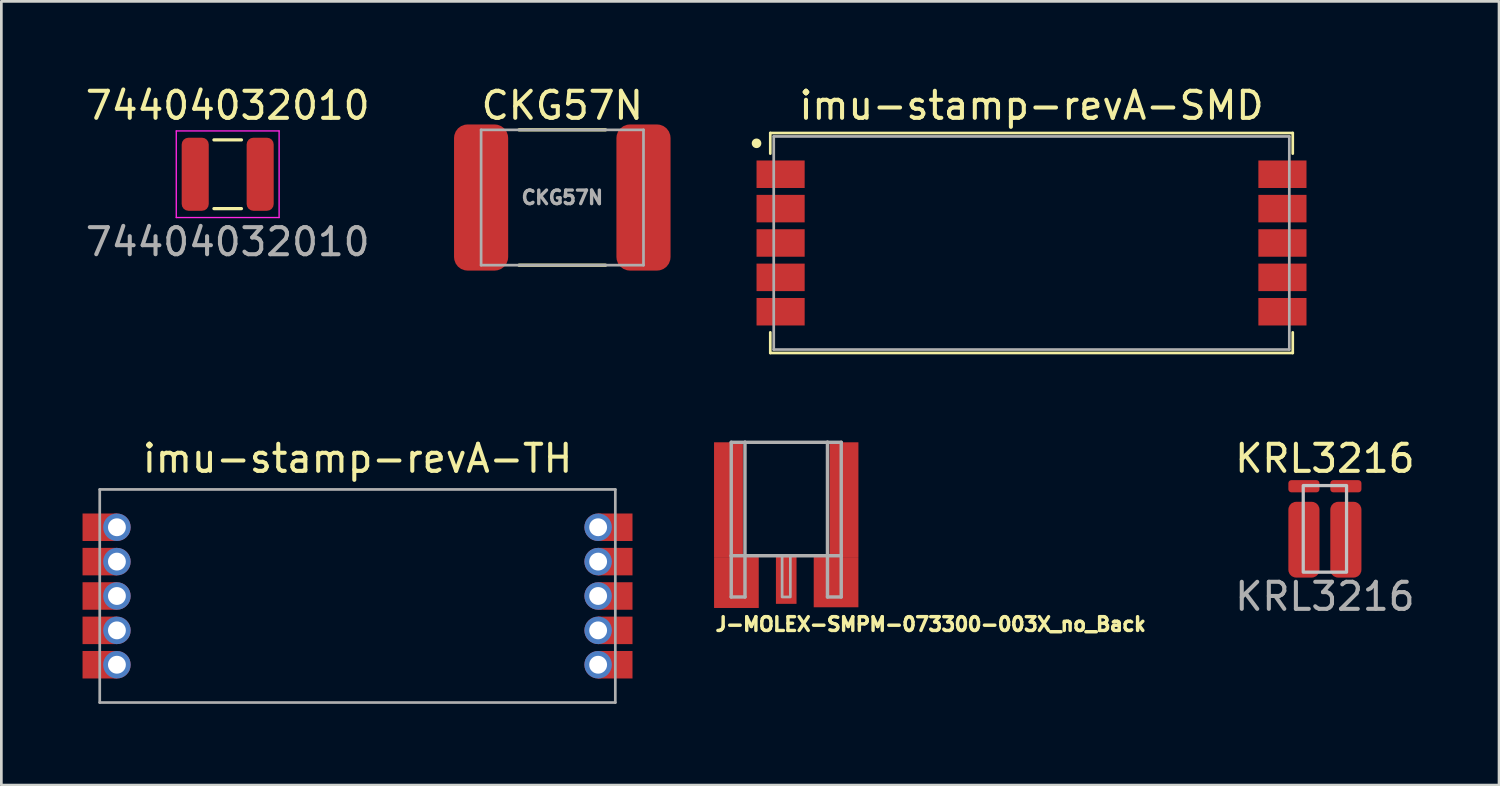
<source format=kicad_pcb>
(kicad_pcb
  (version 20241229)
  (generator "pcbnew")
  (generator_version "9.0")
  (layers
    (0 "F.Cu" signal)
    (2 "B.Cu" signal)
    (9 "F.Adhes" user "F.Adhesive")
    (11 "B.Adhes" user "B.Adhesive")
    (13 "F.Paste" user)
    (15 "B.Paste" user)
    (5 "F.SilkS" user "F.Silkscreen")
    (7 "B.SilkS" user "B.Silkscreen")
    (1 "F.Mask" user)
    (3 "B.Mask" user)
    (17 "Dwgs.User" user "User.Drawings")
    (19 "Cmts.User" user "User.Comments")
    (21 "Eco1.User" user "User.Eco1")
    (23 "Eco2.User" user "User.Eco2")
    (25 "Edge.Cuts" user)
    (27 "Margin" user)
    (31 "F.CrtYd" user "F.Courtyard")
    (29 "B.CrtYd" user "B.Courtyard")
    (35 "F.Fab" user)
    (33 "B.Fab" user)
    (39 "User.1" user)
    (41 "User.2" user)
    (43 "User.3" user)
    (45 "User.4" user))
  (footprint "CKG57N"
    (layer "F.Cu")
    (at 17.726 4.248)
    (property "Reference" "CKG57N" (at 0 -3.4 0) (unlocked yes) (layer "F.SilkS") (effects (font (size 1 1) (thickness 0.15))))
    (attr smd)
    (fp_line (start -1.6 -2.5) (end 1.6 -2.5) (stroke (width 0.12) (type default)) (layer "F.SilkS"))
    (fp_line (start 1.6 2.5) (end -1.6 2.5) (stroke (width 0.12) (type default)) (layer "F.SilkS"))
    (fp_line (start -3 -2.5) (end 3 -2.5) (stroke (width 0.1) (type default)) (layer "F.Fab"))
    (fp_line (start -3 2.5) (end -3 -2.5) (stroke (width 0.1) (type default)) (layer "F.Fab"))
    (fp_line (start -3 2.5) (end 3 2.5) (stroke (width 0.1) (type default)) (layer "F.Fab"))
    (fp_line (start 3 2.5) (end 3 -2.5) (stroke (width 0.1) (type default)) (layer "F.Fab"))
    (fp_text user "${REFERENCE}" (at 0 0 0) (unlocked yes) (layer "F.Fab") (effects (font (size 0.5 0.5) (thickness 0.125))))
    (pad "1" smd roundrect (at -3 0) (size 2 5.4) (layers "F.Cu" "F.Mask" "F.Paste") (roundrect_rratio 0.25))
    (pad "2" smd roundrect (at 3 0) (size 2 5.4) (layers "F.Cu" "F.Mask" "F.Paste") (roundrect_rratio 0.25)))
  (footprint "imu-stamp-revA-SMD"
    (layer "F.Cu")
    (at 35.063 5.928)
    (property "Reference" "imu-stamp-revA-SMD" (at 0 -5.08 0) (unlocked yes) (layer "F.SilkS") (effects (font (size 1 1) (thickness 0.15))))
    (attr smd)
    (fp_line (start -9.652 -4.064) (end 9.652 -4.064) (stroke (width 0.1) (type solid)) (layer "F.SilkS"))
    (fp_line (start -9.652 -3.302) (end -9.652 -4.064) (stroke (width 0.1) (type solid)) (layer "F.SilkS"))
    (fp_line (start -9.652 3.302) (end -9.652 4.064) (stroke (width 0.1) (type solid)) (layer "F.SilkS"))
    (fp_line (start -9.652 4.064) (end 9.652 4.064) (stroke (width 0.1) (type solid)) (layer "F.SilkS"))
    (fp_line (start 9.652 -3.302) (end 9.652 -4.064) (stroke (width 0.1) (type solid)) (layer "F.SilkS"))
    (fp_line (start 9.652 3.302) (end 9.652 4.064) (stroke (width 0.1) (type solid)) (layer "F.SilkS"))
    (fp_circle (center -10.16 -3.683) (end -10.033 -3.683) (stroke (width 0.1) (type solid)) (fill yes) (layer "F.SilkS"))
    (fp_line (start -9.525 -3.937) (end 9.525 -3.937) (stroke (width 0.1) (type solid)) (layer "F.Fab"))
    (fp_line (start -9.525 3.937) (end -9.525 -3.937) (stroke (width 0.1) (type solid)) (layer "F.Fab"))
    (fp_line (start -9.525 3.937) (end 9.525 3.937) (stroke (width 0.1) (type solid)) (layer "F.Fab"))
    (fp_line (start 9.525 3.937) (end 9.525 -3.937) (stroke (width 0.1) (type solid)) (layer "F.Fab"))
    (pad "1" smd rect (at -9.271 -2.54 180) (size 1.778 1.016) (layers "F.Cu" "F.Mask" "F.Paste"))
    (pad "2" smd rect (at -9.271 -1.27 180) (size 1.778 1.016) (layers "F.Cu" "F.Mask" "F.Paste"))
    (pad "3" smd rect (at -9.271 0 180) (size 1.778 1.016) (layers "F.Cu" "F.Mask" "F.Paste"))
    (pad "4" smd rect (at -9.271 1.27 180) (size 1.778 1.016) (layers "F.Cu" "F.Mask" "F.Paste"))
    (pad "5" smd rect (at -9.271 2.54 180) (size 1.778 1.016) (layers "F.Cu" "F.Mask" "F.Paste"))
    (pad "6" smd rect (at 9.271 2.54) (size 1.778 1.016) (layers "F.Cu" "F.Mask" "F.Paste"))
    (pad "7" smd rect (at 9.271 1.27) (size 1.778 1.016) (layers "F.Cu" "F.Mask" "F.Paste"))
    (pad "8" smd rect (at 9.271 0) (size 1.778 1.016) (layers "F.Cu" "F.Mask" "F.Paste"))
    (pad "9" smd rect (at 9.271 -1.27) (size 1.778 1.016) (layers "F.Cu" "F.Mask" "F.Paste"))
    (pad "10" smd rect (at 9.271 -2.54) (size 1.778 1.016) (layers "F.Cu" "F.Mask" "F.Paste")))
  (footprint "J-MOLEX-SMPM-073300-003X_no_Back"
    (layer "F.Cu")
    (at 26 13.292)
    (property "Reference" "J-MOLEX-SMPM-073300-003X_no_Back" (at -2.68 7.02 0) (layer "F.SilkS") (effects (font (size 0.508 0.508) (thickness 0.127)) (justify left bottom)))
    (fp_line (start -2.032 0) (end -2.032 4.191) (stroke (width 0.127) (type solid)) (layer "F.Fab"))
    (fp_line (start -2.032 4.191) (end -2.032 5.715) (stroke (width 0.127) (type solid)) (layer "F.Fab"))
    (fp_line (start -2.032 4.191) (end -1.524 4.191) (stroke (width 0.127) (type solid)) (layer "F.Fab"))
    (fp_line (start -2.032 5.715) (end -1.524 5.715) (stroke (width 0.127) (type solid)) (layer "F.Fab"))
    (fp_line (start -1.524 0) (end -2.032 0) (stroke (width 0.127) (type solid)) (layer "F.Fab"))
    (fp_line (start -1.524 0) (end -1.524 4.191) (stroke (width 0.127) (type solid)) (layer "F.Fab"))
    (fp_line (start -1.524 4.191) (end 1.524 4.191) (stroke (width 0.127) (type solid)) (layer "F.Fab"))
    (fp_line (start -1.524 5.715) (end -1.524 4.191) (stroke (width 0.127) (type solid)) (layer "F.Fab"))
    (fp_line (start 1.524 0) (end -1.524 0) (stroke (width 0.127) (type solid)) (layer "F.Fab"))
    (fp_line (start 1.524 0) (end 1.524 4.191) (stroke (width 0.127) (type solid)) (layer "F.Fab"))
    (fp_line (start 1.524 4.191) (end 2.032 4.191) (stroke (width 0.127) (type solid)) (layer "F.Fab"))
    (fp_line (start 1.524 5.715) (end 1.524 4.191) (stroke (width 0.127) (type solid)) (layer "F.Fab"))
    (fp_line (start 2.032 0) (end 1.524 0) (stroke (width 0.127) (type solid)) (layer "F.Fab"))
    (fp_line (start 2.032 4.191) (end 2.032 0) (stroke (width 0.127) (type solid)) (layer "F.Fab"))
    (fp_line (start 2.032 4.191) (end 2.032 5.715) (stroke (width 0.127) (type solid)) (layer "F.Fab"))
    (fp_line (start 2.032 5.715) (end 1.524 5.715) (stroke (width 0.127) (type solid)) (layer "F.Fab"))
    (fp_poly (pts (xy -0.152 5.715) (xy 0.152 5.715) (xy 0.152 4.191) (xy -0.152 4.191)) (stroke (width 0.1) (type solid)) (fill no) (layer "F.Fab"))
    (fp_line (start -1.575 0) (end -1.575 3.581) (stroke (width 0.025) (type solid)) (layer "User.1"))
    (fp_line (start -1.549 4.191) (end 1.6 4.191) (stroke (width 0.025) (type solid)) (layer "User.1"))
    (fp_line (start 1.575 0) (end 1.575 3.581) (stroke (width 0.025) (type solid)) (layer "User.1"))
    (fp_arc (start -1.5494 4.191) (mid -1.852103 3.898284) (end -1.5748 3.5814) (stroke (width 0.0254) (type solid)) (layer "User.1"))
    (fp_arc (start 1.5748 3.5814) (mid 1.877503 3.874116) (end 1.6002 4.191) (stroke (width 0.0254) (type solid)) (layer "User.1"))
    (pad "GND" smd rect (at -2.134 2.121) (size 1.067 4.242) (layers "F.Cu" "F.Mask"))
    (pad "GND" smd rect (at -1.841 5.182) (size 1.651 1.88) (layers "F.Cu" "F.Mask"))
    (pad "GND" smd rect (at 1.841 5.169) (size 1.651 1.854) (layers "F.Cu" "F.Mask"))
    (pad "GND" smd rect (at 2.134 2.121) (size 1.067 4.242) (layers "F.Cu" "F.Mask"))
    (pad "RF" smd rect (at 0 5.08) (size 0.762 1.778) (layers "F.Cu" "F.Mask")))
  (footprint "KRL3216"
    (layer "F.Cu")
    (at 45.903 16.491)
    (property "Reference" "KRL3216" (at 0 -2.6 0) (unlocked yes) (layer "F.SilkS") (effects (font (size 1 1) (thickness 0.15))))
    (attr smd)
    (fp_rect (start -0.8 -1.6) (end 0.8 1.6) (stroke (width 0.12) (type default)) (fill no) (layer "Dwgs.User"))
    (fp_text user "${REFERENCE}" (at 0 2.5 0) (unlocked yes) (layer "F.Fab") (effects (font (size 1 1) (thickness 0.15))))
    (pad "1" smd roundrect (at -0.775 -1.575) (size 1.15 0.45) (layers "F.Cu" "F.Mask" "F.Paste") (roundrect_rratio 0.25))
    (pad "1" smd roundrect (at -0.775 0.4) (size 1.15 2.8) (layers "F.Cu" "F.Mask" "F.Paste") (roundrect_rratio 0.25))
    (pad "2" smd roundrect (at 0.775 -1.575 180) (size 1.15 0.45) (layers "F.Cu" "F.Mask" "F.Paste") (roundrect_rratio 0.25))
    (pad "2" smd roundrect (at 0.775 0.4 180) (size 1.15 2.8) (layers "F.Cu" "F.Mask" "F.Paste") (roundrect_rratio 0.25)))
  (footprint "74404032010"
    (layer "F.Cu")
    (at 5.363 3.388)
    (property "Reference" "74404032010" (at 0 -2.54 0) (unlocked yes) (layer "F.SilkS") (effects (font (size 1 1) (thickness 0.15))))
    (attr smd)
    (fp_line (start -0.508 -1.27) (end 0.508 -1.27) (stroke (width 0.12) (type solid)) (layer "F.SilkS"))
    (fp_line (start -0.508 1.27) (end 0.508 1.27) (stroke (width 0.12) (type solid)) (layer "F.SilkS"))
    (fp_line (start -1.9 1.6) (end -1.9 -1.6) (stroke (width 0.05) (type solid)) (layer "F.CrtYd"))
    (fp_line (start 1.9 -1.6) (end -1.9 -1.6) (stroke (width 0.05) (type solid)) (layer "F.CrtYd"))
    (fp_line (start 1.9 -1.6) (end 1.9 1.6) (stroke (width 0.05) (type solid)) (layer "F.CrtYd"))
    (fp_line (start 1.9 1.6) (end -1.9 1.6) (stroke (width 0.05) (type solid)) (layer "F.CrtYd"))
    (fp_text user "${REFERENCE}" (at 0 2.5 0) (unlocked yes) (layer "F.Fab") (effects (font (size 1 1) (thickness 0.15))))
    (pad "1" smd roundrect (at -1.2 0) (size 1 2.7) (layers "F.Cu" "F.Mask" "F.Paste") (roundrect_rratio 0.25))
    (pad "2" smd roundrect (at 1.2 0) (size 1 2.7) (layers "F.Cu" "F.Mask" "F.Paste") (roundrect_rratio 0.25)))
  (footprint "imu-stamp-revA-TH"
    (layer "F.Cu")
    (at 10.16 18.971)
    (property "Reference" "imu-stamp-revA-TH" (at 0 -5.08 0) (unlocked yes) (layer "F.SilkS") (effects (font (size 1 1) (thickness 0.15))))
    (attr smd)
    (fp_line (start -9.525 -3.937) (end 9.525 -3.937) (stroke (width 0.1) (type solid)) (layer "F.Fab"))
    (fp_line (start -9.525 3.937) (end -9.525 -3.937) (stroke (width 0.1) (type solid)) (layer "F.Fab"))
    (fp_line (start -9.525 3.937) (end 9.525 3.937) (stroke (width 0.1) (type solid)) (layer "F.Fab"))
    (fp_line (start 9.525 3.937) (end 9.525 -3.937) (stroke (width 0.1) (type solid)) (layer "F.Fab"))
    (pad "1" smd rect (at -9.525 -2.54 180) (size 1.27 1.016) (layers "F.Cu" "F.Mask" "F.Paste"))
    (pad "1" thru_hole circle (at -8.89 -2.54) (size 1.016 1.016) (drill 0.66) (layers "*.Cu" "*.Mask"))
    (pad "2" smd rect (at -9.525 -1.27 180) (size 1.27 1.016) (layers "F.Cu" "F.Mask" "F.Paste"))
    (pad "2" thru_hole circle (at -8.89 -1.27) (size 1.016 1.016) (drill 0.66) (layers "*.Cu" "*.Mask"))
    (pad "3" smd rect (at -9.525 0 180) (size 1.27 1.016) (layers "F.Cu" "F.Mask" "F.Paste"))
    (pad "3" thru_hole circle (at -8.89 0) (size 1.016 1.016) (drill 0.66) (layers "*.Cu" "*.Mask"))
    (pad "4" smd rect (at -9.525 1.27 180) (size 1.27 1.016) (layers "F.Cu" "F.Mask" "F.Paste"))
    (pad "4" thru_hole circle (at -8.89 1.27) (size 1.016 1.016) (drill 0.66) (layers "*.Cu" "*.Mask"))
    (pad "5" smd rect (at -9.525 2.54 180) (size 1.27 1.016) (layers "F.Cu" "F.Mask" "F.Paste"))
    (pad "5" thru_hole circle (at -8.89 2.54) (size 1.016 1.016) (drill 0.66) (layers "*.Cu" "*.Mask"))
    (pad "6" thru_hole circle (at 8.89 2.54) (size 1.016 1.016) (drill 0.66) (layers "*.Cu" "*.Mask"))
    (pad "6" smd rect (at 9.525 2.54) (size 1.27 1.016) (layers "F.Cu" "F.Mask" "F.Paste"))
    (pad "7" thru_hole circle (at 8.89 1.27) (size 1.016 1.016) (drill 0.66) (layers "*.Cu" "*.Mask"))
    (pad "7" smd rect (at 9.525 1.27) (size 1.27 1.016) (layers "F.Cu" "F.Mask" "F.Paste"))
    (pad "8" thru_hole circle (at 8.89 0) (size 1.016 1.016) (drill 0.66) (layers "*.Cu" "*.Mask"))
    (pad "8" smd rect (at 9.525 0) (size 1.27 1.016) (layers "F.Cu" "F.Mask" "F.Paste"))
    (pad "9" thru_hole circle (at 8.89 -1.27) (size 1.016 1.016) (drill 0.66) (layers "*.Cu" "*.Mask"))
    (pad "9" smd rect (at 9.525 -1.27) (size 1.27 1.016) (layers "F.Cu" "F.Mask" "F.Paste"))
    (pad "10" thru_hole circle (at 8.89 -2.54) (size 1.016 1.016) (drill 0.66) (layers "*.Cu" "*.Mask"))
    (pad "10" smd rect (at 9.525 -2.54) (size 1.27 1.016) (layers "F.Cu" "F.Mask" "F.Paste")))
  (gr_rect
    (start -3 -3)
    (end 52.337 25.957)
    (stroke (width 0.1) (type default))
    (fill no)
    (layer "Edge.Cuts")))
</source>
